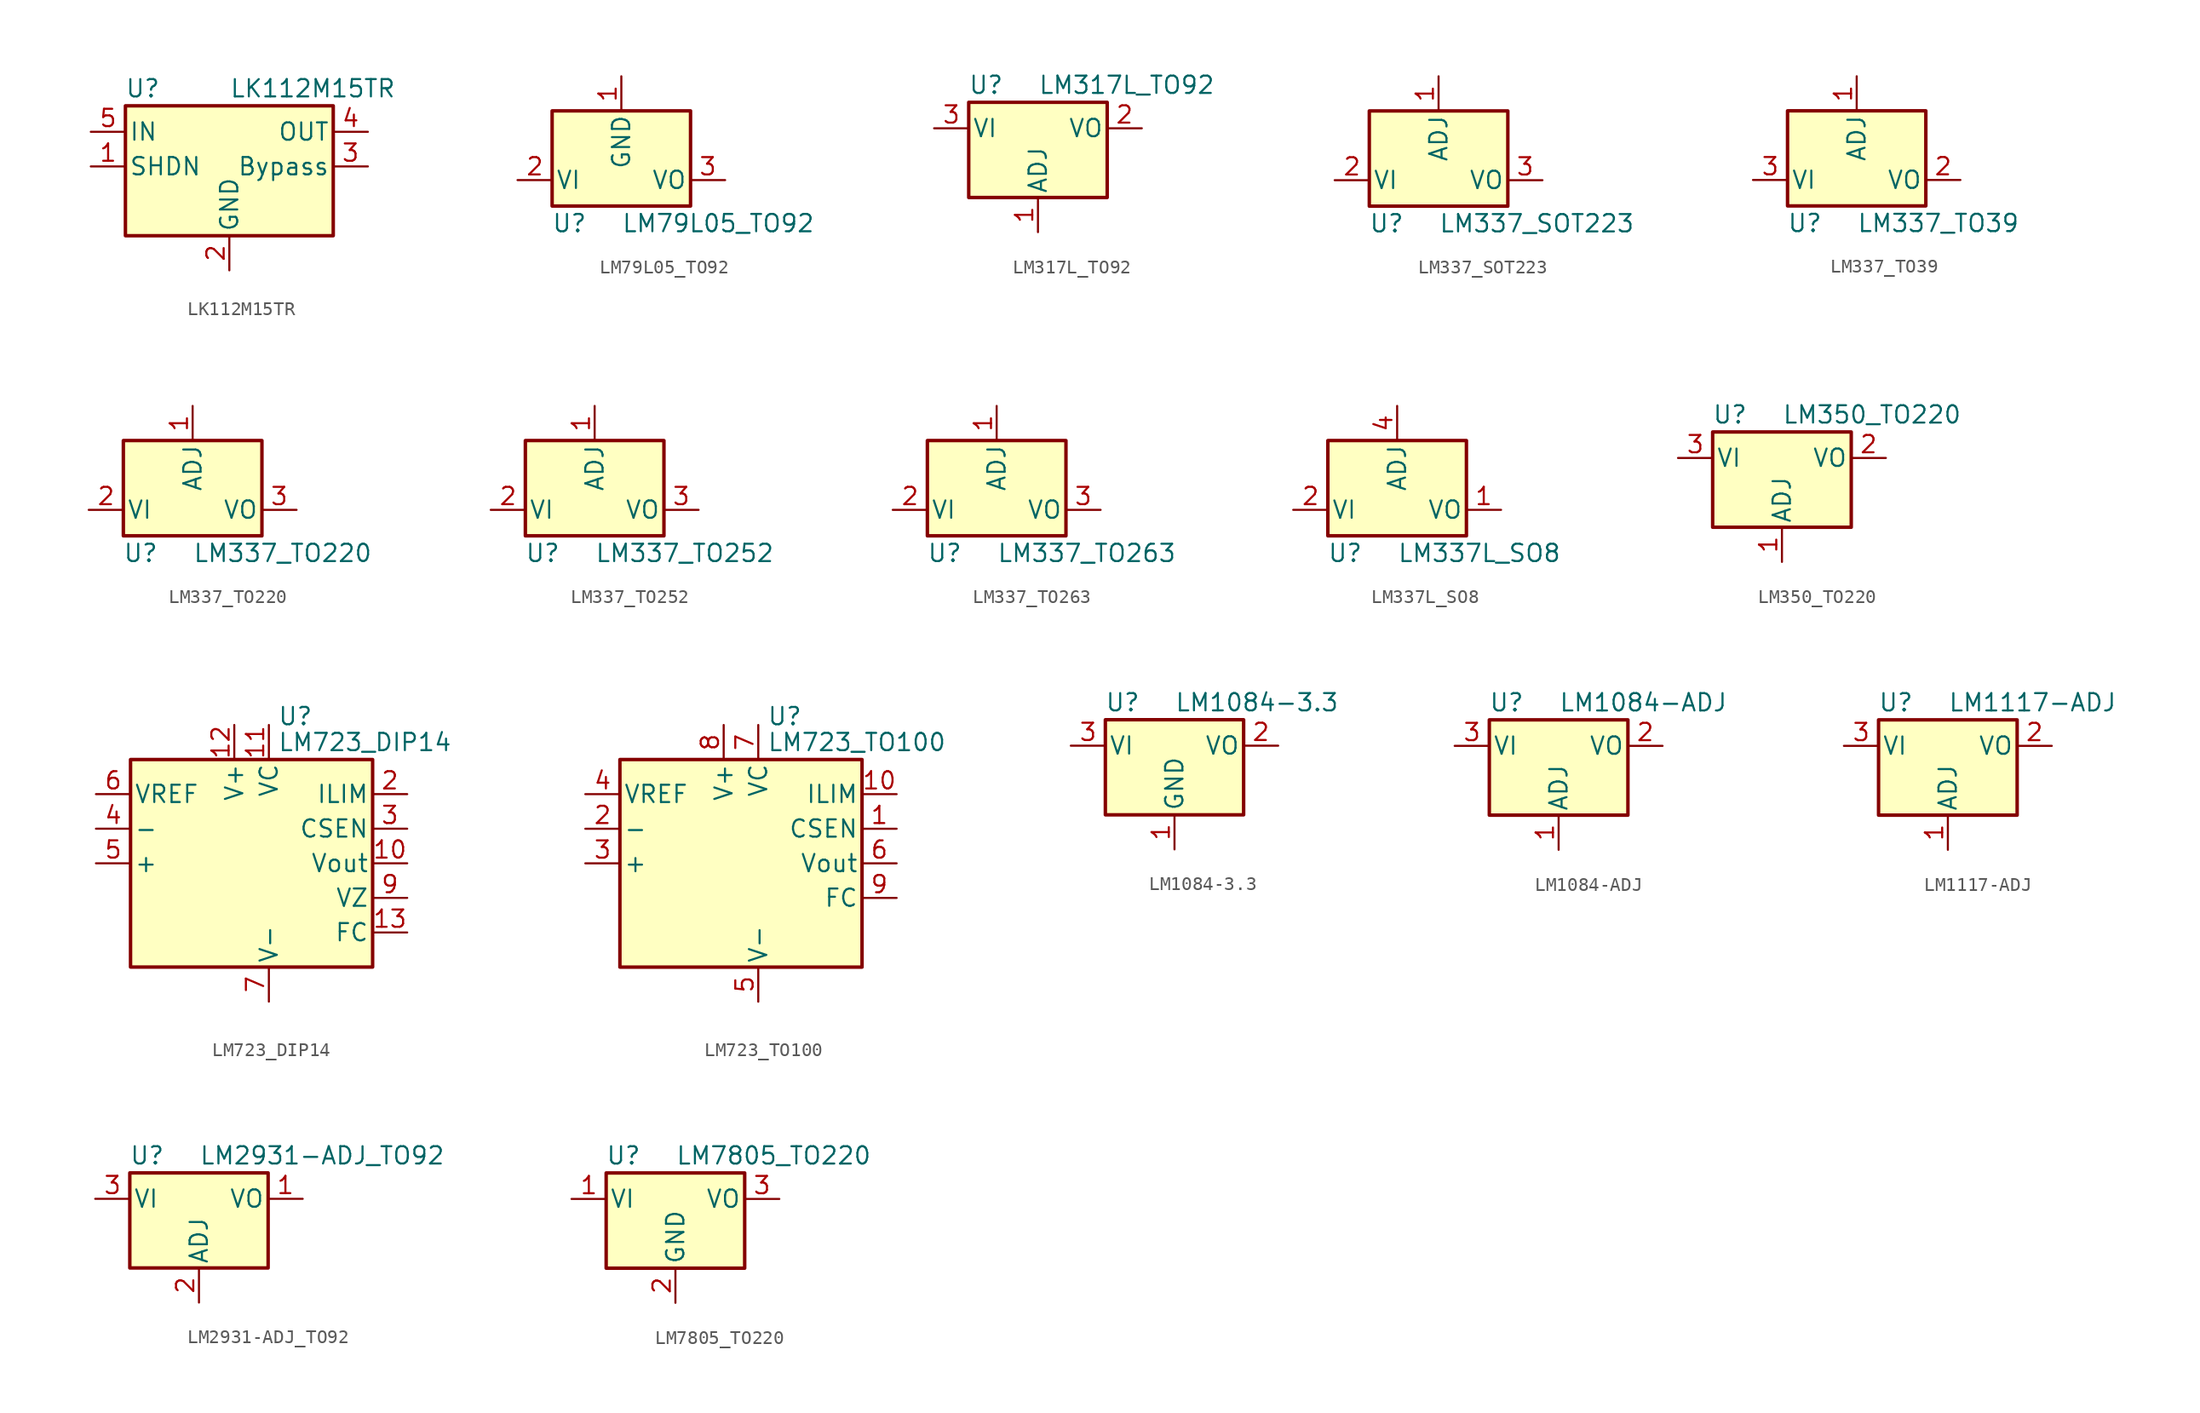
<source format=kicad_sym>
(kicad_symbol_lib
  (version 20201005)
  (generator kicad_symbol_editor)
  (symbol "LK112M15TR"
    (pin_names
      (offset 0.254))
    (property "Reference" "U"
      (at -6.35 5.715 0)
      (effects (font (size 1.27 1.27))))
    (property "Value" "LK112M15TR"
      (at 0 5.715 0)
      (effects (font (size 1.27 1.27)) (justify left)))
    (symbol "LK112M15TR_0_1"
      (rectangle (start -7.62 4.445) (end 7.62 -5.08) (stroke (width 0.254)) (fill (type background))))
    (symbol "LK112M15TR_1_1"
      (pin input line (at -10.16 0 0) (length 2.54) (name "SHDN" (effects (font (size 1.27 1.27)))) (number "1" (effects (font (size 1.27 1.27)))))
      (pin power_in line (at 0 -7.62 90) (length 2.54) (name "GND" (effects (font (size 1.27 1.27)))) (number "2" (effects (font (size 1.27 1.27)))))
      (pin passive line (at 10.16 0 180) (length 2.54) (name "Bypass" (effects (font (size 1.27 1.27)))) (number "3" (effects (font (size 1.27 1.27)))))
      (pin power_out line (at 10.16 2.54 180) (length 2.54) (name "OUT" (effects (font (size 1.27 1.27)))) (number "4" (effects (font (size 1.27 1.27)))))
      (pin power_in line (at -10.16 2.54 0) (length 2.54) (name "IN" (effects (font (size 1.27 1.27)))) (number "5" (effects (font (size 1.27 1.27)))))))
  (symbol "LM79L05_TO92"
    (pin_names
      (offset 0.254))
    (property "Reference" "U"
      (at -3.81 -3.175 0)
      (effects (font (size 1.27 1.27))))
    (property "Value" "LM79L05_TO92"
      (at 0 -3.175 0)
      (effects (font (size 1.27 1.27)) (justify left)))
    (symbol "LM79L05_TO92_0_1"
      (rectangle (start -5.08 5.08) (end 5.08 -1.905) (stroke (width 0.254)) (fill (type background))))
    (symbol "LM79L05_TO92_1_1"
      (pin power_in line (at 0 7.62 270) (length 2.54) (name "GND" (effects (font (size 1.27 1.27)))) (number "1" (effects (font (size 1.27 1.27)))))
      (pin power_in line (at -7.62 0 0) (length 2.54) (name "VI" (effects (font (size 1.27 1.27)))) (number "2" (effects (font (size 1.27 1.27)))))
      (pin power_out line (at 7.62 0 180) (length 2.54) (name "VO" (effects (font (size 1.27 1.27)))) (number "3" (effects (font (size 1.27 1.27)))))))
  (symbol "LM317L_TO92"
    (pin_names
      (offset 0.254))
    (property "Reference" "U"
      (at -3.81 3.175 0)
      (effects (font (size 1.27 1.27))))
    (property "Value" "LM317L_TO92"
      (at 0 3.175 0)
      (effects (font (size 1.27 1.27)) (justify left)))
    (symbol "LM317L_TO92_0_1"
      (rectangle (start -5.08 1.905) (end 5.08 -5.08) (stroke (width 0.254)) (fill (type background))))
    (symbol "LM317L_TO92_1_1"
      (pin input line (at 0 -7.62 90) (length 2.54) (name "ADJ" (effects (font (size 1.27 1.27)))) (number "1" (effects (font (size 1.27 1.27)))))
      (pin power_out line (at 7.62 0 180) (length 2.54) (name "VO" (effects (font (size 1.27 1.27)))) (number "2" (effects (font (size 1.27 1.27)))))
      (pin power_in line (at -7.62 0 0) (length 2.54) (name "VI" (effects (font (size 1.27 1.27)))) (number "3" (effects (font (size 1.27 1.27)))))))
  (symbol "LM337_SOT223"
    (pin_names
      (offset 0.254))
    (property "Reference" "U"
      (at -3.81 -3.175 0)
      (effects (font (size 1.27 1.27))))
    (property "Value" "LM337_SOT223"
      (at 0 -3.175 0)
      (effects (font (size 1.27 1.27)) (justify left)))
    (symbol "LM337_SOT223_0_1"
      (rectangle (start -5.08 5.08) (end 5.08 -1.905) (stroke (width 0.254)) (fill (type background))))
    (symbol "LM337_SOT223_1_1"
      (pin input line (at 0 7.62 270) (length 2.54) (name "ADJ" (effects (font (size 1.27 1.27)))) (number "1" (effects (font (size 1.27 1.27)))))
      (pin power_in line (at -7.62 0 0) (length 2.54) (name "VI" (effects (font (size 1.27 1.27)))) (number "2" (effects (font (size 1.27 1.27)))))
      (pin power_out line (at 7.62 0 180) (length 2.54) (name "VO" (effects (font (size 1.27 1.27)))) (number "3" (effects (font (size 1.27 1.27)))))))
  (symbol "LM337_TO39"
    (pin_names
      (offset 0.254))
    (property "Reference" "U"
      (at -3.81 -3.175 0)
      (effects (font (size 1.27 1.27))))
    (property "Value" "LM337_TO39"
      (at 0 -3.175 0)
      (effects (font (size 1.27 1.27)) (justify left)))
    (symbol "LM337_TO39_0_1"
      (rectangle (start -5.08 5.08) (end 5.08 -1.905) (stroke (width 0.254)) (fill (type background))))
    (symbol "LM337_TO39_1_1"
      (pin input line (at 0 7.62 270) (length 2.54) (name "ADJ" (effects (font (size 1.27 1.27)))) (number "1" (effects (font (size 1.27 1.27)))))
      (pin power_out line (at 7.62 0 180) (length 2.54) (name "VO" (effects (font (size 1.27 1.27)))) (number "2" (effects (font (size 1.27 1.27)))))
      (pin power_in line (at -7.62 0 0) (length 2.54) (name "VI" (effects (font (size 1.27 1.27)))) (number "3" (effects (font (size 1.27 1.27)))))))
  (symbol "LM337_TO220"
    (pin_names
      (offset 0.254))
    (property "Reference" "U"
      (at -3.81 -3.175 0)
      (effects (font (size 1.27 1.27))))
    (property "Value" "LM337_TO220"
      (at 0 -3.175 0)
      (effects (font (size 1.27 1.27)) (justify left)))
    (symbol "LM337_TO220_0_1"
      (rectangle (start -5.08 5.08) (end 5.08 -1.905) (stroke (width 0.254)) (fill (type background))))
    (symbol "LM337_TO220_1_1"
      (pin input line (at 0 7.62 270) (length 2.54) (name "ADJ" (effects (font (size 1.27 1.27)))) (number "1" (effects (font (size 1.27 1.27)))))
      (pin power_in line (at -7.62 0 0) (length 2.54) (name "VI" (effects (font (size 1.27 1.27)))) (number "2" (effects (font (size 1.27 1.27)))))
      (pin power_out line (at 7.62 0 180) (length 2.54) (name "VO" (effects (font (size 1.27 1.27)))) (number "3" (effects (font (size 1.27 1.27)))))))
  (symbol "LM337_TO252"
    (pin_names
      (offset 0.254))
    (property "Reference" "U"
      (at -3.81 -3.175 0)
      (effects (font (size 1.27 1.27))))
    (property "Value" "LM337_TO252"
      (at 0 -3.175 0)
      (effects (font (size 1.27 1.27)) (justify left)))
    (symbol "LM337_TO252_0_1"
      (rectangle (start -5.08 5.08) (end 5.08 -1.905) (stroke (width 0.254)) (fill (type background))))
    (symbol "LM337_TO252_1_1"
      (pin input line (at 0 7.62 270) (length 2.54) (name "ADJ" (effects (font (size 1.27 1.27)))) (number "1" (effects (font (size 1.27 1.27)))))
      (pin power_in line (at -7.62 0 0) (length 2.54) (name "VI" (effects (font (size 1.27 1.27)))) (number "2" (effects (font (size 1.27 1.27)))))
      (pin power_out line (at 7.62 0 180) (length 2.54) (name "VO" (effects (font (size 1.27 1.27)))) (number "3" (effects (font (size 1.27 1.27)))))))
  (symbol "LM337_TO263"
    (pin_names
      (offset 0.254))
    (property "Reference" "U"
      (at -3.81 -3.175 0)
      (effects (font (size 1.27 1.27))))
    (property "Value" "LM337_TO263"
      (at 0 -3.175 0)
      (effects (font (size 1.27 1.27)) (justify left)))
    (symbol "LM337_TO263_0_1"
      (rectangle (start -5.08 5.08) (end 5.08 -1.905) (stroke (width 0.254)) (fill (type background))))
    (symbol "LM337_TO263_1_1"
      (pin input line (at 0 7.62 270) (length 2.54) (name "ADJ" (effects (font (size 1.27 1.27)))) (number "1" (effects (font (size 1.27 1.27)))))
      (pin power_in line (at -7.62 0 0) (length 2.54) (name "VI" (effects (font (size 1.27 1.27)))) (number "2" (effects (font (size 1.27 1.27)))))
      (pin power_out line (at 7.62 0 180) (length 2.54) (name "VO" (effects (font (size 1.27 1.27)))) (number "3" (effects (font (size 1.27 1.27)))))))
  (symbol "LM337L_SO8"
    (pin_names
      (offset 0.254))
    (property "Reference" "U"
      (at -3.81 -3.175 0)
      (effects (font (size 1.27 1.27))))
    (property "Value" "LM337L_SO8"
      (at 0 -3.175 0)
      (effects (font (size 1.27 1.27)) (justify left)))
    (symbol "LM337L_SO8_0_1"
      (rectangle (start -5.08 5.08) (end 5.08 -1.905) (stroke (width 0.254)) (fill (type background))))
    (symbol "LM337L_SO8_1_1"
      (pin power_out line (at 7.62 0 180) (length 2.54) (name "VO" (effects (font (size 1.27 1.27)))) (number "1" (effects (font (size 1.27 1.27)))))
      (pin power_in line (at -7.62 0 0) (length 2.54) (name "VI" (effects (font (size 1.27 1.27)))) (number "2" (effects (font (size 1.27 1.27)))))
      (pin passive line (at -7.62 0 0) (length 2.54) hide (name "VI" (effects (font (size 1.27 1.27)))) (number "3" (effects (font (size 1.27 1.27)))))
      (pin input line (at 0 7.62 270) (length 2.54) (name "ADJ" (effects (font (size 1.27 1.27)))) (number "4" (effects (font (size 1.27 1.27)))))
      (pin no_connect line (at -7.62 2.54 0) (length 2.54) hide (name "NC" (effects (font (size 1.27 1.27)))) (number "5" (effects (font (size 1.27 1.27)))))
      (pin passive line (at -7.62 0 0) (length 2.54) hide (name "VI" (effects (font (size 1.27 1.27)))) (number "6" (effects (font (size 1.27 1.27)))))
      (pin passive line (at -7.62 0 0) (length 2.54) hide (name "VI" (effects (font (size 1.27 1.27)))) (number "7" (effects (font (size 1.27 1.27)))))
      (pin no_connect line (at 7.62 2.54 180) (length 2.54) hide (name "NC" (effects (font (size 1.27 1.27)))) (number "8" (effects (font (size 1.27 1.27)))))))
  (symbol "LM350_TO220"
    (pin_names
      (offset 0.254))
    (property "Reference" "U"
      (at -3.81 3.175 0)
      (effects (font (size 1.27 1.27))))
    (property "Value" "LM350_TO220"
      (at 0 3.175 0)
      (effects (font (size 1.27 1.27)) (justify left)))
    (symbol "LM350_TO220_0_1"
      (rectangle (start -5.08 1.905) (end 5.08 -5.08) (stroke (width 0.254)) (fill (type background))))
    (symbol "LM350_TO220_1_1"
      (pin input line (at 0 -7.62 90) (length 2.54) (name "ADJ" (effects (font (size 1.27 1.27)))) (number "1" (effects (font (size 1.27 1.27)))))
      (pin power_out line (at 7.62 0 180) (length 2.54) (name "VO" (effects (font (size 1.27 1.27)))) (number "2" (effects (font (size 1.27 1.27)))))
      (pin power_in line (at -7.62 0 0) (length 2.54) (name "VI" (effects (font (size 1.27 1.27)))) (number "3" (effects (font (size 1.27 1.27)))))))
  (symbol "LM723_DIP14"
    (pin_names
      (offset 0.254))
    (property "Reference" "U"
      (at 0.635 10.795 0)
      (effects (font (size 1.27 1.27)) (justify left)))
    (property "Value" "LM723_DIP14"
      (at 0.635 8.89 0)
      (effects (font (size 1.27 1.27)) (justify left)))
    (symbol "LM723_DIP14_0_1"
      (rectangle (start -10.16 -7.62) (end 7.62 7.62) (stroke (width 0.254)) (fill (type background))))
    (symbol "LM723_DIP14_1_1"
      (pin no_connect line (at -12.7 -5.08 0) (length 2.54) hide (name "NC" (effects (font (size 1.27 1.27)))) (number "1" (effects (font (size 1.27 1.27)))))
      (pin power_out line (at 10.16 0 180) (length 2.54) (name "Vout" (effects (font (size 1.27 1.27)))) (number "10" (effects (font (size 1.27 1.27)))))
      (pin power_in line (at 0 10.16 270) (length 2.54) (name "VC" (effects (font (size 1.27 1.27)))) (number "11" (effects (font (size 1.27 1.27)))))
      (pin power_in line (at -2.54 10.16 270) (length 2.54) (name "V+" (effects (font (size 1.27 1.27)))) (number "12" (effects (font (size 1.27 1.27)))))
      (pin input line (at 10.16 -5.08 180) (length 2.54) (name "FC" (effects (font (size 1.27 1.27)))) (number "13" (effects (font (size 1.27 1.27)))))
      (pin no_connect line (at -2.54 -10.16 90) (length 2.54) hide (name "NC" (effects (font (size 1.27 1.27)))) (number "14" (effects (font (size 1.27 1.27)))))
      (pin input line (at 10.16 5.08 180) (length 2.54) (name "ILIM" (effects (font (size 1.27 1.27)))) (number "2" (effects (font (size 1.27 1.27)))))
      (pin input line (at 10.16 2.54 180) (length 2.54) (name "CSEN" (effects (font (size 1.27 1.27)))) (number "3" (effects (font (size 1.27 1.27)))))
      (pin input line (at -12.7 2.54 0) (length 2.54) (name "-" (effects (font (size 1.27 1.27)))) (number "4" (effects (font (size 1.27 1.27)))))
      (pin input line (at -12.7 0 0) (length 2.54) (name "+" (effects (font (size 1.27 1.27)))) (number "5" (effects (font (size 1.27 1.27)))))
      (pin power_out line (at -12.7 5.08 0) (length 2.54) (name "VREF" (effects (font (size 1.27 1.27)))) (number "6" (effects (font (size 1.27 1.27)))))
      (pin power_in line (at 0 -10.16 90) (length 2.54) (name "V-" (effects (font (size 1.27 1.27)))) (number "7" (effects (font (size 1.27 1.27)))))
      (pin no_connect line (at -12.7 -2.54 0) (length 2.54) hide (name "NC" (effects (font (size 1.27 1.27)))) (number "8" (effects (font (size 1.27 1.27)))))
      (pin input line (at 10.16 -2.54 180) (length 2.54) (name "VZ" (effects (font (size 1.27 1.27)))) (number "9" (effects (font (size 1.27 1.27)))))))
  (symbol "LM723_TO100"
    (pin_names
      (offset 0.254))
    (property "Reference" "U"
      (at 0.635 10.795 0)
      (effects (font (size 1.27 1.27)) (justify left)))
    (property "Value" "LM723_TO100"
      (at 0.635 8.89 0)
      (effects (font (size 1.27 1.27)) (justify left)))
    (symbol "LM723_TO100_0_1"
      (rectangle (start -10.16 -7.62) (end 7.62 7.62) (stroke (width 0.254)) (fill (type background))))
    (symbol "LM723_TO100_1_1"
      (pin input line (at 10.16 2.54 180) (length 2.54) (name "CSEN" (effects (font (size 1.27 1.27)))) (number "1" (effects (font (size 1.27 1.27)))))
      (pin input line (at 10.16 5.08 180) (length 2.54) (name "ILIM" (effects (font (size 1.27 1.27)))) (number "10" (effects (font (size 1.27 1.27)))))
      (pin input line (at -12.7 2.54 0) (length 2.54) (name "-" (effects (font (size 1.27 1.27)))) (number "2" (effects (font (size 1.27 1.27)))))
      (pin input line (at -12.7 0 0) (length 2.54) (name "+" (effects (font (size 1.27 1.27)))) (number "3" (effects (font (size 1.27 1.27)))))
      (pin power_out line (at -12.7 5.08 0) (length 2.54) (name "VREF" (effects (font (size 1.27 1.27)))) (number "4" (effects (font (size 1.27 1.27)))))
      (pin power_in line (at 0 -10.16 90) (length 2.54) (name "V-" (effects (font (size 1.27 1.27)))) (number "5" (effects (font (size 1.27 1.27)))))
      (pin power_out line (at 10.16 0 180) (length 2.54) (name "Vout" (effects (font (size 1.27 1.27)))) (number "6" (effects (font (size 1.27 1.27)))))
      (pin power_in line (at 0 10.16 270) (length 2.54) (name "VC" (effects (font (size 1.27 1.27)))) (number "7" (effects (font (size 1.27 1.27)))))
      (pin power_in line (at -2.54 10.16 270) (length 2.54) (name "V+" (effects (font (size 1.27 1.27)))) (number "8" (effects (font (size 1.27 1.27)))))
      (pin input line (at 10.16 -2.54 180) (length 2.54) (name "FC" (effects (font (size 1.27 1.27)))) (number "9" (effects (font (size 1.27 1.27)))))))
  (symbol "LM1084-3.3"
    (pin_names
      (offset 0.254))
    (property "Reference" "U"
      (at -3.81 3.175 0)
      (effects (font (size 1.27 1.27))))
    (property "Value" "LM1084-3.3"
      (at 0 3.175 0)
      (effects (font (size 1.27 1.27)) (justify left)))
    (symbol "LM1084-3.3_0_1"
      (rectangle (start -5.08 1.905) (end 5.08 -5.08) (stroke (width 0.254)) (fill (type background))))
    (symbol "LM1084-3.3_1_1"
      (pin power_in line (at 0 -7.62 90) (length 2.54) (name "GND" (effects (font (size 1.27 1.27)))) (number "1" (effects (font (size 1.27 1.27)))))
      (pin power_out line (at 7.62 0 180) (length 2.54) (name "VO" (effects (font (size 1.27 1.27)))) (number "2" (effects (font (size 1.27 1.27)))))
      (pin power_in line (at -7.62 0 0) (length 2.54) (name "VI" (effects (font (size 1.27 1.27)))) (number "3" (effects (font (size 1.27 1.27)))))))
  (symbol "LM1084-ADJ"
    (pin_names
      (offset 0.254))
    (property "Reference" "U"
      (at -3.81 3.175 0)
      (effects (font (size 1.27 1.27))))
    (property "Value" "LM1084-ADJ"
      (at 0 3.175 0)
      (effects (font (size 1.27 1.27)) (justify left)))
    (symbol "LM1084-ADJ_0_1"
      (rectangle (start -5.08 1.905) (end 5.08 -5.08) (stroke (width 0.254)) (fill (type background))))
    (symbol "LM1084-ADJ_1_1"
      (pin input line (at 0 -7.62 90) (length 2.54) (name "ADJ" (effects (font (size 1.27 1.27)))) (number "1" (effects (font (size 1.27 1.27)))))
      (pin power_out line (at 7.62 0 180) (length 2.54) (name "VO" (effects (font (size 1.27 1.27)))) (number "2" (effects (font (size 1.27 1.27)))))
      (pin power_in line (at -7.62 0 0) (length 2.54) (name "VI" (effects (font (size 1.27 1.27)))) (number "3" (effects (font (size 1.27 1.27)))))))
  (symbol "LM1117-ADJ"
    (pin_names
      (offset 0.254))
    (property "Reference" "U"
      (at -3.81 3.175 0)
      (effects (font (size 1.27 1.27))))
    (property "Value" "LM1117-ADJ"
      (at 0 3.175 0)
      (effects (font (size 1.27 1.27)) (justify left)))
    (symbol "LM1117-ADJ_0_1"
      (rectangle (start -5.08 -5.08) (end 5.08 1.905) (stroke (width 0.254)) (fill (type background))))
    (symbol "LM1117-ADJ_1_1"
      (pin input line (at 0 -7.62 90) (length 2.54) (name "ADJ" (effects (font (size 1.27 1.27)))) (number "1" (effects (font (size 1.27 1.27)))))
      (pin power_out line (at 7.62 0 180) (length 2.54) (name "VO" (effects (font (size 1.27 1.27)))) (number "2" (effects (font (size 1.27 1.27)))))
      (pin power_in line (at -7.62 0 0) (length 2.54) (name "VI" (effects (font (size 1.27 1.27)))) (number "3" (effects (font (size 1.27 1.27)))))))
  (symbol "LM2931-ADJ_TO92"
    (pin_names
      (offset 0.254))
    (property "Reference" "U"
      (at -3.81 3.175 0)
      (effects (font (size 1.27 1.27))))
    (property "Value" "LM2931-ADJ_TO92"
      (at 0 3.175 0)
      (effects (font (size 1.27 1.27)) (justify left)))
    (symbol "LM2931-ADJ_TO92_0_1"
      (rectangle (start -5.08 1.905) (end 5.08 -5.08) (stroke (width 0.254)) (fill (type background))))
    (symbol "LM2931-ADJ_TO92_1_1"
      (pin power_out line (at 7.62 0 180) (length 2.54) (name "VO" (effects (font (size 1.27 1.27)))) (number "1" (effects (font (size 1.27 1.27)))))
      (pin input line (at 0 -7.62 90) (length 2.54) (name "ADJ" (effects (font (size 1.27 1.27)))) (number "2" (effects (font (size 1.27 1.27)))))
      (pin power_in line (at -7.62 0 0) (length 2.54) (name "VI" (effects (font (size 1.27 1.27)))) (number "3" (effects (font (size 1.27 1.27)))))))
  (symbol "LM7805_TO220"
    (pin_names
      (offset 0.254))
    (property "Reference" "U"
      (at -3.81 3.175 0)
      (effects (font (size 1.27 1.27))))
    (property "Value" "LM7805_TO220"
      (at 0 3.175 0)
      (effects (font (size 1.27 1.27)) (justify left)))
    (symbol "LM7805_TO220_0_1"
      (rectangle (start -5.08 1.905) (end 5.08 -5.08) (stroke (width 0.254)) (fill (type background))))
    (symbol "LM7805_TO220_1_1"
      (pin power_in line (at -7.62 0 0) (length 2.54) (name "VI" (effects (font (size 1.27 1.27)))) (number "1" (effects (font (size 1.27 1.27)))))
      (pin power_in line (at 0 -7.62 90) (length 2.54) (name "GND" (effects (font (size 1.27 1.27)))) (number "2" (effects (font (size 1.27 1.27)))))
      (pin power_out line (at 7.62 0 180) (length 2.54) (name "VO" (effects (font (size 1.27 1.27)))) (number "3" (effects (font (size 1.27 1.27))))))))
</source>
